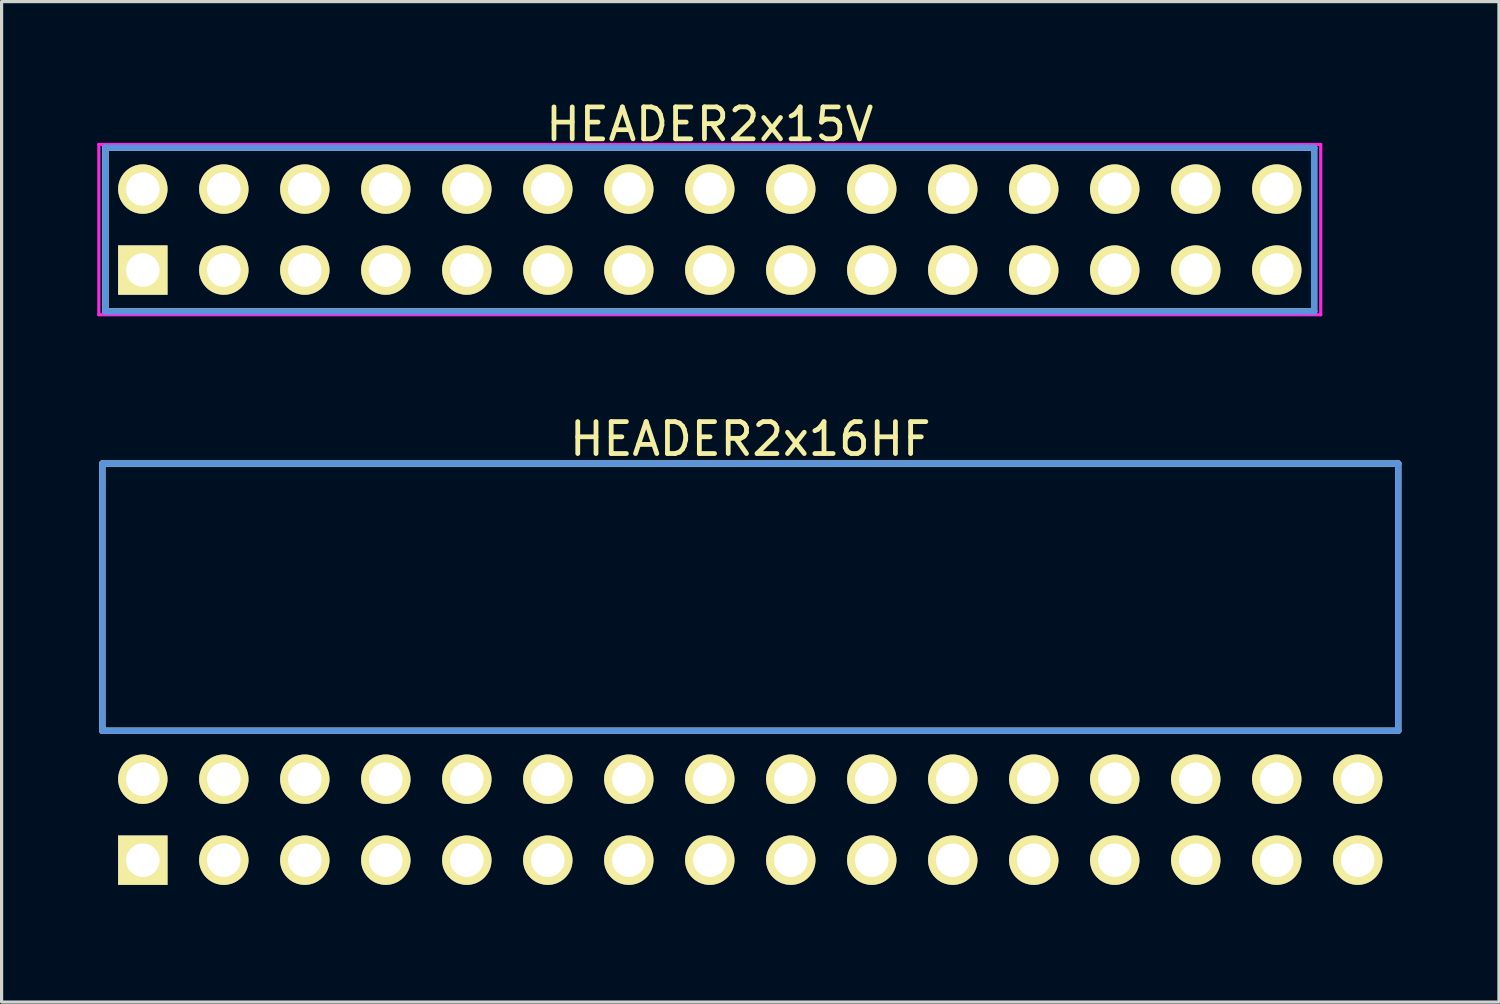
<source format=kicad_pcb>
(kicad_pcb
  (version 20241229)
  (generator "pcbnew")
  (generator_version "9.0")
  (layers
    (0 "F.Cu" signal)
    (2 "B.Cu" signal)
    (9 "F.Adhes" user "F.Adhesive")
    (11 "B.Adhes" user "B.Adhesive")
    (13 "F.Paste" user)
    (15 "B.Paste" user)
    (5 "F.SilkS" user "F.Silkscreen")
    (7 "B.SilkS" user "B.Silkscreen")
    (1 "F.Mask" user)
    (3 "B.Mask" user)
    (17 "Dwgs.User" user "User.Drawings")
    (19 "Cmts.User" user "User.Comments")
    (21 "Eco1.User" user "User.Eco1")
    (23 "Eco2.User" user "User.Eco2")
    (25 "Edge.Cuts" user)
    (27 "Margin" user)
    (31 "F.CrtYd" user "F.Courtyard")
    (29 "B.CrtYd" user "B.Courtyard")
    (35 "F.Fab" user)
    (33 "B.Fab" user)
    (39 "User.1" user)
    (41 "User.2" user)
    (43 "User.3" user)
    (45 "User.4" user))
  (footprint "HEADER2x15V"
    (layer "F.Cu")
    (at 1.429 5.42)
    (property "Reference" "HEADER2x15V" (at 17.78 -4.572 0) (layer "F.SilkS") (effects (font (size 1.001 1.001) (thickness 0.15))))
    (attr through_hole)
    (fp_line (start -1.173 -3.838) (end -1.173 1.298) (stroke (width 0.198) (type solid)) (layer "F.SilkS"))
    (fp_line (start -1.173 1.298) (end 36.733 1.298) (stroke (width 0.198) (type solid)) (layer "F.SilkS"))
    (fp_line (start 36.733 -3.838) (end -1.173 -3.838) (stroke (width 0.198) (type solid)) (layer "F.SilkS"))
    (fp_line (start 36.733 1.298) (end 36.733 -3.838) (stroke (width 0.198) (type solid)) (layer "F.SilkS"))
    (fp_line (start -1.173 -3.838) (end -1.173 1.298) (stroke (width 0.198) (type solid)) (layer "Cmts.User"))
    (fp_line (start -1.173 1.298) (end 36.733 1.298) (stroke (width 0.198) (type solid)) (layer "Cmts.User"))
    (fp_line (start 36.733 -3.838) (end -1.173 -3.838) (stroke (width 0.198) (type solid)) (layer "Cmts.User"))
    (fp_line (start 36.733 1.298) (end 36.733 -3.838) (stroke (width 0.198) (type solid)) (layer "Cmts.User"))
    (fp_line (start -1.379 -3.94) (end -1.379 1.4) (stroke (width 0.099) (type solid)) (layer "F.CrtYd"))
    (fp_line (start -1.379 1.4) (end 36.939 1.4) (stroke (width 0.099) (type solid)) (layer "F.CrtYd"))
    (fp_line (start 36.939 -3.94) (end -1.379 -3.94) (stroke (width 0.099) (type solid)) (layer "F.CrtYd"))
    (fp_line (start 36.939 1.4) (end 36.939 -3.94) (stroke (width 0.099) (type solid)) (layer "F.CrtYd"))
    (pad "1" thru_hole rect (at 0 0) (size 1.549 1.549) (drill 1.049) (layers "*.Cu" "*.Mask" "F.SilkS"))
    (pad "2" thru_hole circle (at 0 -2.54) (size 1.549 1.549) (drill 1.049) (layers "*.Cu" "*.Mask" "F.SilkS"))
    (pad "3" thru_hole circle (at 2.54 0) (size 1.549 1.549) (drill 1.049) (layers "*.Cu" "*.Mask" "F.SilkS"))
    (pad "4" thru_hole circle (at 2.54 -2.54) (size 1.549 1.549) (drill 1.049) (layers "*.Cu" "*.Mask" "F.SilkS"))
    (pad "5" thru_hole circle (at 5.08 0) (size 1.549 1.549) (drill 1.049) (layers "*.Cu" "*.Mask" "F.SilkS"))
    (pad "6" thru_hole circle (at 5.08 -2.54) (size 1.549 1.549) (drill 1.049) (layers "*.Cu" "*.Mask" "F.SilkS"))
    (pad "7" thru_hole circle (at 7.62 0) (size 1.549 1.549) (drill 1.049) (layers "*.Cu" "*.Mask" "F.SilkS"))
    (pad "8" thru_hole circle (at 7.62 -2.54) (size 1.549 1.549) (drill 1.049) (layers "*.Cu" "*.Mask" "F.SilkS"))
    (pad "9" thru_hole circle (at 10.16 0) (size 1.549 1.549) (drill 1.049) (layers "*.Cu" "*.Mask" "F.SilkS"))
    (pad "10" thru_hole circle (at 10.16 -2.54) (size 1.549 1.549) (drill 1.049) (layers "*.Cu" "*.Mask" "F.SilkS"))
    (pad "11" thru_hole circle (at 12.7 0) (size 1.549 1.549) (drill 1.049) (layers "*.Cu" "*.Mask" "F.SilkS"))
    (pad "12" thru_hole circle (at 12.7 -2.54) (size 1.549 1.549) (drill 1.049) (layers "*.Cu" "*.Mask" "F.SilkS"))
    (pad "13" thru_hole circle (at 15.24 0) (size 1.549 1.549) (drill 1.049) (layers "*.Cu" "*.Mask" "F.SilkS"))
    (pad "14" thru_hole circle (at 15.24 -2.54) (size 1.549 1.549) (drill 1.049) (layers "*.Cu" "*.Mask" "F.SilkS"))
    (pad "15" thru_hole circle (at 17.78 0) (size 1.549 1.549) (drill 1.049) (layers "*.Cu" "*.Mask" "F.SilkS"))
    (pad "16" thru_hole circle (at 17.78 -2.54) (size 1.549 1.549) (drill 1.049) (layers "*.Cu" "*.Mask" "F.SilkS"))
    (pad "17" thru_hole circle (at 20.32 0) (size 1.549 1.549) (drill 1.049) (layers "*.Cu" "*.Mask" "F.SilkS"))
    (pad "18" thru_hole circle (at 20.32 -2.54) (size 1.549 1.549) (drill 1.049) (layers "*.Cu" "*.Mask" "F.SilkS"))
    (pad "19" thru_hole circle (at 22.86 0) (size 1.549 1.549) (drill 1.049) (layers "*.Cu" "*.Mask" "F.SilkS"))
    (pad "20" thru_hole circle (at 22.86 -2.54) (size 1.549 1.549) (drill 1.049) (layers "*.Cu" "*.Mask" "F.SilkS"))
    (pad "21" thru_hole circle (at 25.4 0) (size 1.549 1.549) (drill 1.049) (layers "*.Cu" "*.Mask" "F.SilkS"))
    (pad "22" thru_hole circle (at 25.4 -2.54) (size 1.549 1.549) (drill 1.049) (layers "*.Cu" "*.Mask" "F.SilkS"))
    (pad "23" thru_hole circle (at 27.94 0) (size 1.549 1.549) (drill 1.049) (layers "*.Cu" "*.Mask" "F.SilkS"))
    (pad "24" thru_hole circle (at 27.94 -2.54) (size 1.549 1.549) (drill 1.049) (layers "*.Cu" "*.Mask" "F.SilkS"))
    (pad "25" thru_hole circle (at 30.48 0) (size 1.549 1.549) (drill 1.049) (layers "*.Cu" "*.Mask" "F.SilkS"))
    (pad "26" thru_hole circle (at 30.48 -2.54) (size 1.549 1.549) (drill 1.049) (layers "*.Cu" "*.Mask" "F.SilkS"))
    (pad "27" thru_hole circle (at 33.02 0) (size 1.549 1.549) (drill 1.049) (layers "*.Cu" "*.Mask" "F.SilkS"))
    (pad "28" thru_hole circle (at 33.02 -2.54) (size 1.549 1.549) (drill 1.049) (layers "*.Cu" "*.Mask" "F.SilkS"))
    (pad "29" thru_hole circle (at 35.56 0) (size 1.549 1.549) (drill 1.049) (layers "*.Cu" "*.Mask" "F.SilkS"))
    (pad "30" thru_hole circle (at 35.56 -2.54) (size 1.549 1.549) (drill 1.049) (layers "*.Cu" "*.Mask" "F.SilkS")))
  (footprint "HEADER2x16HF"
    (layer "F.Cu")
    (at 1.429 23.926)
    (property "Reference" "HEADER2x16HF" (at 19.05 -13.208 0) (layer "F.SilkS") (effects (font (size 1.001 1.001) (thickness 0.15))))
    (attr through_hole)
    (fp_line (start -1.27 -12.438) (end -1.27 -4.059) (stroke (width 0.198) (type solid)) (layer "F.SilkS"))
    (fp_line (start -1.27 -4.059) (end 39.37 -4.059) (stroke (width 0.198) (type solid)) (layer "F.SilkS"))
    (fp_line (start 39.37 -12.438) (end -1.27 -12.438) (stroke (width 0.198) (type solid)) (layer "F.SilkS"))
    (fp_line (start 39.37 -4.059) (end 39.37 -12.438) (stroke (width 0.198) (type solid)) (layer "F.SilkS"))
    (fp_line (start -1.27 -12.438) (end -1.27 -4.059) (stroke (width 0.198) (type solid)) (layer "Cmts.User"))
    (fp_line (start -1.27 -4.059) (end 39.37 -4.059) (stroke (width 0.198) (type solid)) (layer "Cmts.User"))
    (fp_line (start 39.37 -12.438) (end -1.27 -12.438) (stroke (width 0.198) (type solid)) (layer "Cmts.User"))
    (fp_line (start 39.37 -4.059) (end 39.37 -12.438) (stroke (width 0.198) (type solid)) (layer "Cmts.User"))
    (fp_line (start -1.379 -12.54) (end 39.479 -12.54) (stroke (width 0.099) (type solid)) (layer "Eco1.User"))
    (fp_line (start -1.379 1.4) (end -1.379 -12.54) (stroke (width 0.099) (type solid)) (layer "Eco1.User"))
    (fp_line (start 39.479 -12.54) (end 39.479 1.4) (stroke (width 0.099) (type solid)) (layer "Eco1.User"))
    (fp_line (start 39.479 1.4) (end -1.379 1.4) (stroke (width 0.099) (type solid)) (layer "Eco1.User"))
    (pad "1" thru_hole rect (at 0 0) (size 1.549 1.549) (drill 1.049) (layers "*.Cu" "*.Mask" "F.SilkS"))
    (pad "2" thru_hole circle (at 0 -2.54) (size 1.549 1.549) (drill 1.049) (layers "*.Cu" "*.Mask" "F.SilkS"))
    (pad "3" thru_hole circle (at 2.54 0) (size 1.549 1.549) (drill 1.049) (layers "*.Cu" "*.Mask" "F.SilkS"))
    (pad "4" thru_hole circle (at 2.54 -2.54) (size 1.549 1.549) (drill 1.049) (layers "*.Cu" "*.Mask" "F.SilkS"))
    (pad "5" thru_hole circle (at 5.08 0) (size 1.549 1.549) (drill 1.049) (layers "*.Cu" "*.Mask" "F.SilkS"))
    (pad "6" thru_hole circle (at 5.08 -2.54) (size 1.549 1.549) (drill 1.049) (layers "*.Cu" "*.Mask" "F.SilkS"))
    (pad "7" thru_hole circle (at 7.62 0) (size 1.549 1.549) (drill 1.049) (layers "*.Cu" "*.Mask" "F.SilkS"))
    (pad "8" thru_hole circle (at 7.62 -2.54) (size 1.549 1.549) (drill 1.049) (layers "*.Cu" "*.Mask" "F.SilkS"))
    (pad "9" thru_hole circle (at 10.16 0) (size 1.549 1.549) (drill 1.049) (layers "*.Cu" "*.Mask" "F.SilkS"))
    (pad "10" thru_hole circle (at 10.16 -2.54) (size 1.549 1.549) (drill 1.049) (layers "*.Cu" "*.Mask" "F.SilkS"))
    (pad "11" thru_hole circle (at 12.7 0) (size 1.549 1.549) (drill 1.049) (layers "*.Cu" "*.Mask" "F.SilkS"))
    (pad "12" thru_hole circle (at 12.7 -2.54) (size 1.549 1.549) (drill 1.049) (layers "*.Cu" "*.Mask" "F.SilkS"))
    (pad "13" thru_hole circle (at 15.24 0) (size 1.549 1.549) (drill 1.049) (layers "*.Cu" "*.Mask" "F.SilkS"))
    (pad "14" thru_hole circle (at 15.24 -2.54) (size 1.549 1.549) (drill 1.049) (layers "*.Cu" "*.Mask" "F.SilkS"))
    (pad "15" thru_hole circle (at 17.78 0) (size 1.549 1.549) (drill 1.049) (layers "*.Cu" "*.Mask" "F.SilkS"))
    (pad "16" thru_hole circle (at 17.78 -2.54) (size 1.549 1.549) (drill 1.049) (layers "*.Cu" "*.Mask" "F.SilkS"))
    (pad "17" thru_hole circle (at 20.32 0) (size 1.549 1.549) (drill 1.049) (layers "*.Cu" "*.Mask" "F.SilkS"))
    (pad "18" thru_hole circle (at 20.32 -2.54) (size 1.549 1.549) (drill 1.049) (layers "*.Cu" "*.Mask" "F.SilkS"))
    (pad "19" thru_hole circle (at 22.86 0) (size 1.549 1.549) (drill 1.049) (layers "*.Cu" "*.Mask" "F.SilkS"))
    (pad "20" thru_hole circle (at 22.86 -2.54) (size 1.549 1.549) (drill 1.049) (layers "*.Cu" "*.Mask" "F.SilkS"))
    (pad "21" thru_hole circle (at 25.4 0) (size 1.549 1.549) (drill 1.049) (layers "*.Cu" "*.Mask" "F.SilkS"))
    (pad "22" thru_hole circle (at 25.4 -2.54) (size 1.549 1.549) (drill 1.049) (layers "*.Cu" "*.Mask" "F.SilkS"))
    (pad "23" thru_hole circle (at 27.94 0) (size 1.549 1.549) (drill 1.049) (layers "*.Cu" "*.Mask" "F.SilkS"))
    (pad "24" thru_hole circle (at 27.94 -2.54) (size 1.549 1.549) (drill 1.049) (layers "*.Cu" "*.Mask" "F.SilkS"))
    (pad "25" thru_hole circle (at 30.48 0) (size 1.549 1.549) (drill 1.049) (layers "*.Cu" "*.Mask" "F.SilkS"))
    (pad "26" thru_hole circle (at 30.48 -2.54) (size 1.549 1.549) (drill 1.049) (layers "*.Cu" "*.Mask" "F.SilkS"))
    (pad "27" thru_hole circle (at 33.02 0) (size 1.549 1.549) (drill 1.049) (layers "*.Cu" "*.Mask" "F.SilkS"))
    (pad "28" thru_hole circle (at 33.02 -2.54) (size 1.549 1.549) (drill 1.049) (layers "*.Cu" "*.Mask" "F.SilkS"))
    (pad "29" thru_hole circle (at 35.56 0) (size 1.549 1.549) (drill 1.049) (layers "*.Cu" "*.Mask" "F.SilkS"))
    (pad "30" thru_hole circle (at 35.56 -2.54) (size 1.549 1.549) (drill 1.049) (layers "*.Cu" "*.Mask" "F.SilkS"))
    (pad "31" thru_hole circle (at 38.1 0) (size 1.549 1.549) (drill 1.049) (layers "*.Cu" "*.Mask" "F.SilkS"))
    (pad "32" thru_hole circle (at 38.1 -2.54) (size 1.549 1.549) (drill 1.049) (layers "*.Cu" "*.Mask" "F.SilkS")))
  (gr_rect
    (start -3 -3)
    (end 43.958 28.375)
    (stroke (width 0.1) (type default))
    (fill no)
    (layer "Edge.Cuts")))
</source>
